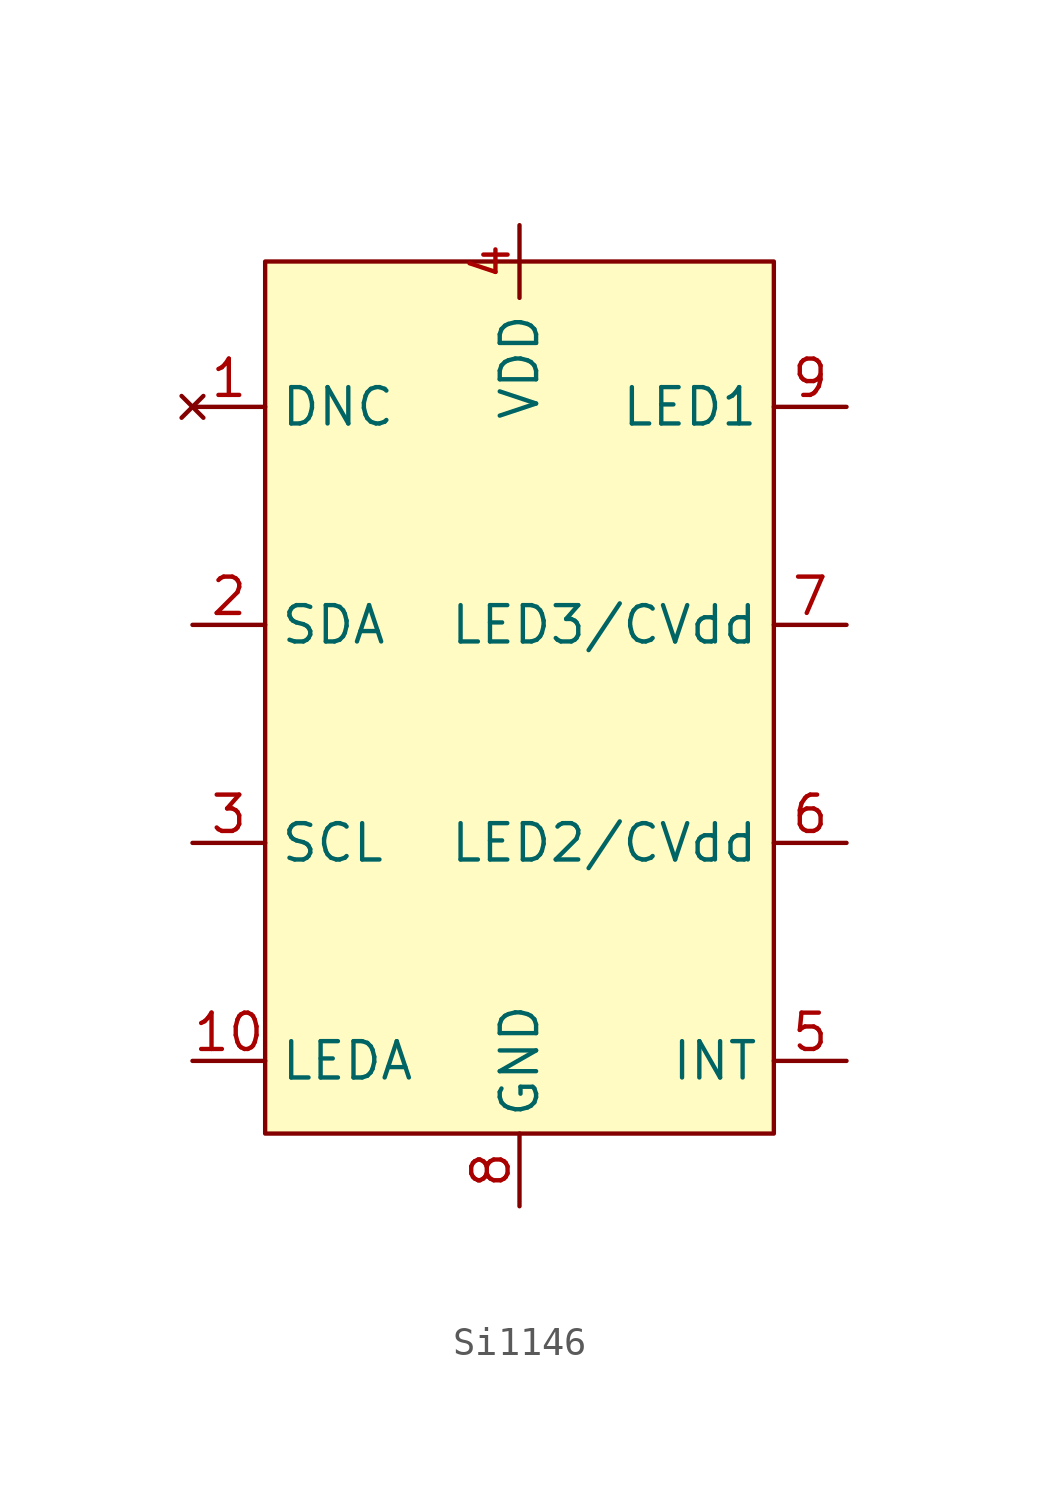
<source format=kicad_sym>
(kicad_symbol_lib
  (version 20241209)
  (generator "kicad_symbol_editor")
  (generator_version "9.0")
  (symbol "Si1146"
    (property "Reference" "U"
      (at 1.016 0.762 0)
      (effects (font (size 1.27 1.27)) (hide yes)))
    (property "Value" ""
      (at 0 0 0)
      (effects (font (size 1.27 1.27))))
    (symbol "Si1146_0_1"
      (rectangle (start -10.16 17.78) (end 7.62 -12.7) (stroke (width 0) (type default)) (fill (type color) (color 255 251 194 1))))
    (symbol "Si1146_1_1"
      (pin no_connect line (at -12.7 12.7 0) (length 2.54) (name "DNC" (effects (font (size 1.27 1.27)))) (number "1" (effects (font (size 1.27 1.27)))))
      (pin bidirectional line (at -12.7 5.08 0) (length 2.54) (name "SDA" (effects (font (size 1.27 1.27)))) (number "2" (effects (font (size 1.27 1.27)))))
      (pin input line (at -12.7 -2.54 0) (length 2.54) (name "SCL" (effects (font (size 1.27 1.27)))) (number "3" (effects (font (size 1.27 1.27)))))
      (pin input line (at -12.7 -10.16 0) (length 2.54) (name "LEDA" (effects (font (size 1.27 1.27)))) (number "10" (effects (font (size 1.27 1.27)))))
      (pin power_in line (at -1.27 19.05 270) (length 2.54) (name "VDD" (effects (font (size 1.27 1.27)))) (number "4" (effects (font (size 1.27 1.27)))))
      (pin power_out line (at -1.27 -15.24 90) (length 2.54) (name "GND" (effects (font (size 1.27 1.27)))) (number "8" (effects (font (size 1.27 1.27)))))
      (pin output line (at 10.16 12.7 180) (length 2.54) (name "LED1" (effects (font (size 1.27 1.27)))) (number "9" (effects (font (size 1.27 1.27)))))
      (pin output line (at 10.16 5.08 180) (length 2.54) (name "LED3/CVdd" (effects (font (size 1.27 1.27)))) (number "7" (effects (font (size 1.27 1.27)))))
      (pin output line (at 10.16 -2.54 180) (length 2.54) (name "LED2/CVdd" (effects (font (size 1.27 1.27)))) (number "6" (effects (font (size 1.27 1.27)))))
      (pin bidirectional line (at 10.16 -10.16 180) (length 2.54) (name "INT" (effects (font (size 1.27 1.27)))) (number "5" (effects (font (size 1.27 1.27))))))))
</source>
